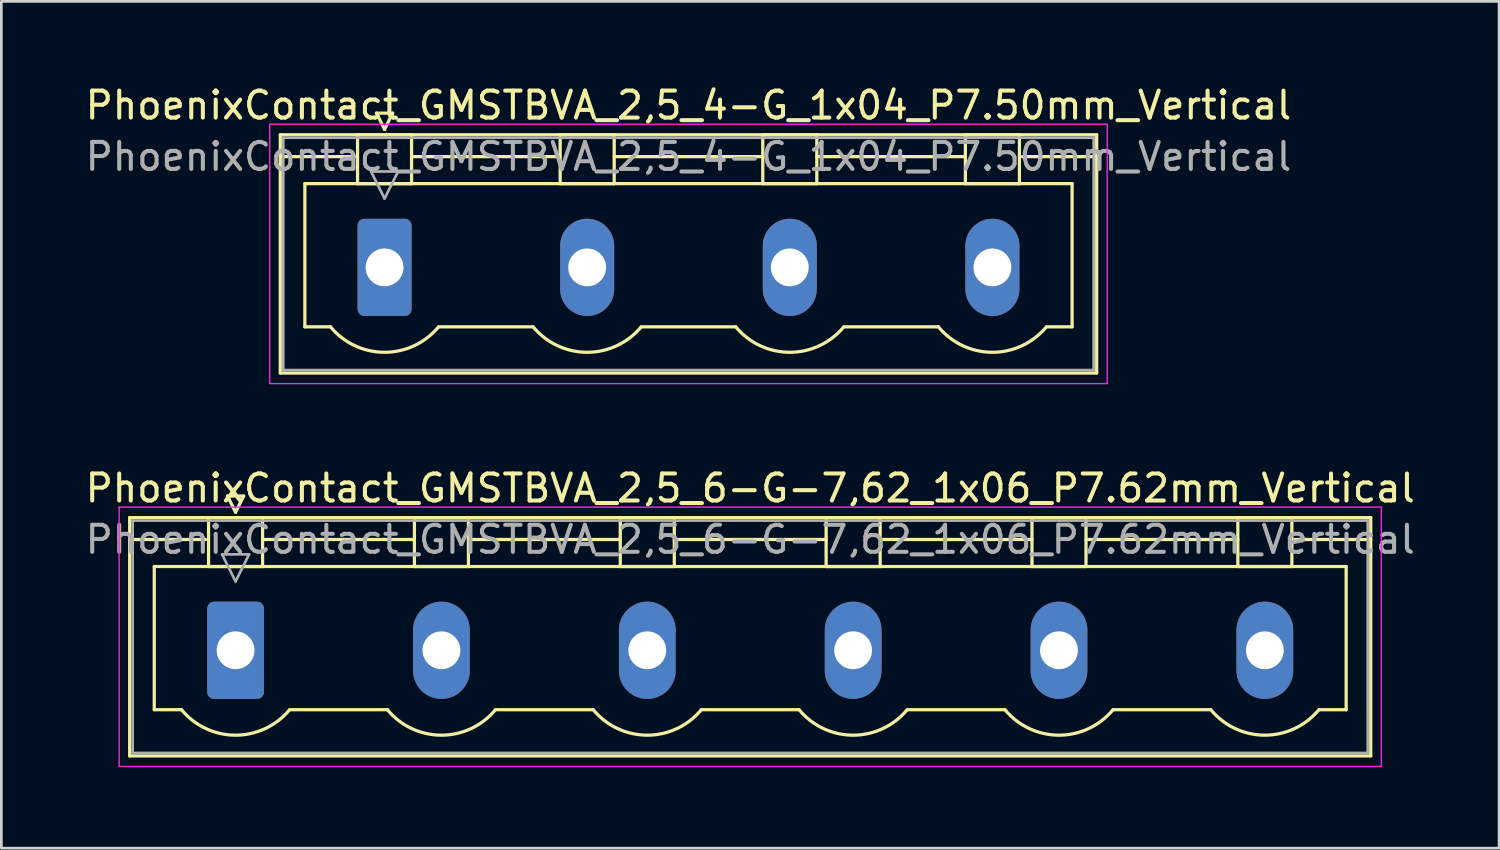
<source format=kicad_pcb>
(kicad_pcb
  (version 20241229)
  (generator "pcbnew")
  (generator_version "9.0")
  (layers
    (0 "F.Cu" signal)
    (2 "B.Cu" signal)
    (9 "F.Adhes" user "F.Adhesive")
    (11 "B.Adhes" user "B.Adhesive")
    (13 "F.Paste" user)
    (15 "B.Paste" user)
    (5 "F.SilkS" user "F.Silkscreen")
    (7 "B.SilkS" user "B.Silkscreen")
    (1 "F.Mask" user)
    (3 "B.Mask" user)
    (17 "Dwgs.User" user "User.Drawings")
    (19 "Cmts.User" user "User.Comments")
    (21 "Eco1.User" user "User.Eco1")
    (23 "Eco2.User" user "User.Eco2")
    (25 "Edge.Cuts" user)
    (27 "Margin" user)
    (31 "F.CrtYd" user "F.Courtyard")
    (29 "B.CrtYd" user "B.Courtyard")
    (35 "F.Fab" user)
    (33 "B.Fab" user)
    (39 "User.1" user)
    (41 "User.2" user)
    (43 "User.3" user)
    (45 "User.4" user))
  (footprint "PhoenixContact_GMSTBVA_2,5_4-G_1x04_P7.50mm_Vertical"
    (layer "F.Cu")
    (at 11.185 6.848)
    (property "Reference" "PhoenixContact_GMSTBVA_2,5_4-G_1x04_P7.50mm_Vertical" (at 11.25 -6 0) (layer "F.SilkS") (effects (font (size 1 1) (thickness 0.15))))
    (attr through_hole)
    (fp_line (start -3.86 -4.91) (end -3.86 3.91) (stroke (width 0.12) (type solid)) (layer "F.SilkS"))
    (fp_line (start -3.86 -4.1) (end -1.11 -4.1) (stroke (width 0.12) (type solid)) (layer "F.SilkS"))
    (fp_line (start -3.86 3.91) (end 26.36 3.91) (stroke (width 0.12) (type solid)) (layer "F.SilkS"))
    (fp_line (start -2.95 -3.1) (end 25.45 -3.1) (stroke (width 0.12) (type solid)) (layer "F.SilkS"))
    (fp_line (start -2.95 2.2) (end -2.95 -3.1) (stroke (width 0.12) (type solid)) (layer "F.SilkS"))
    (fp_line (start -2 2.2) (end -2.95 2.2) (stroke (width 0.12) (type solid)) (layer "F.SilkS"))
    (fp_line (start -1 -4.91) (end 1 -4.91) (stroke (width 0.12) (type solid)) (layer "F.SilkS"))
    (fp_line (start -1 -3.1) (end -1 -4.91) (stroke (width 0.12) (type solid)) (layer "F.SilkS"))
    (fp_line (start -0.3 -5.71) (end 0.3 -5.71) (stroke (width 0.12) (type solid)) (layer "F.SilkS"))
    (fp_line (start 0 -5.11) (end -0.3 -5.71) (stroke (width 0.12) (type solid)) (layer "F.SilkS"))
    (fp_line (start 0.3 -5.71) (end 0 -5.11) (stroke (width 0.12) (type solid)) (layer "F.SilkS"))
    (fp_line (start 1 -4.91) (end 1 -3.1) (stroke (width 0.12) (type solid)) (layer "F.SilkS"))
    (fp_line (start 1 -4.1) (end 6.5 -4.1) (stroke (width 0.12) (type solid)) (layer "F.SilkS"))
    (fp_line (start 1 -3.1) (end -1 -3.1) (stroke (width 0.12) (type solid)) (layer "F.SilkS"))
    (fp_line (start 2 2.2) (end 5.5 2.2) (stroke (width 0.12) (type solid)) (layer "F.SilkS"))
    (fp_line (start 6.5 -4.91) (end 8.5 -4.91) (stroke (width 0.12) (type solid)) (layer "F.SilkS"))
    (fp_line (start 6.5 -3.1) (end 6.5 -4.91) (stroke (width 0.12) (type solid)) (layer "F.SilkS"))
    (fp_line (start 8.5 -4.91) (end 8.5 -3.1) (stroke (width 0.12) (type solid)) (layer "F.SilkS"))
    (fp_line (start 8.5 -4.1) (end 14 -4.1) (stroke (width 0.12) (type solid)) (layer "F.SilkS"))
    (fp_line (start 8.5 -3.1) (end 6.5 -3.1) (stroke (width 0.12) (type solid)) (layer "F.SilkS"))
    (fp_line (start 9.5 2.2) (end 13 2.2) (stroke (width 0.12) (type solid)) (layer "F.SilkS"))
    (fp_line (start 14 -4.91) (end 16 -4.91) (stroke (width 0.12) (type solid)) (layer "F.SilkS"))
    (fp_line (start 14 -3.1) (end 14 -4.91) (stroke (width 0.12) (type solid)) (layer "F.SilkS"))
    (fp_line (start 16 -4.91) (end 16 -3.1) (stroke (width 0.12) (type solid)) (layer "F.SilkS"))
    (fp_line (start 16 -4.1) (end 21.5 -4.1) (stroke (width 0.12) (type solid)) (layer "F.SilkS"))
    (fp_line (start 16 -3.1) (end 14 -3.1) (stroke (width 0.12) (type solid)) (layer "F.SilkS"))
    (fp_line (start 17 2.2) (end 20.5 2.2) (stroke (width 0.12) (type solid)) (layer "F.SilkS"))
    (fp_line (start 21.5 -4.91) (end 23.5 -4.91) (stroke (width 0.12) (type solid)) (layer "F.SilkS"))
    (fp_line (start 21.5 -3.1) (end 21.5 -4.91) (stroke (width 0.12) (type solid)) (layer "F.SilkS"))
    (fp_line (start 23.5 -4.91) (end 23.5 -3.1) (stroke (width 0.12) (type solid)) (layer "F.SilkS"))
    (fp_line (start 23.5 -3.1) (end 21.5 -3.1) (stroke (width 0.12) (type solid)) (layer "F.SilkS"))
    (fp_line (start 25.45 -3.1) (end 25.45 2.2) (stroke (width 0.12) (type solid)) (layer "F.SilkS"))
    (fp_line (start 25.45 2.2) (end 24.5 2.2) (stroke (width 0.12) (type solid)) (layer "F.SilkS"))
    (fp_line (start 26.36 -4.91) (end -3.86 -4.91) (stroke (width 0.12) (type solid)) (layer "F.SilkS"))
    (fp_line (start 26.36 -4.1) (end 23.61 -4.1) (stroke (width 0.12) (type solid)) (layer "F.SilkS"))
    (fp_line (start 26.36 3.91) (end 26.36 -4.91) (stroke (width 0.12) (type solid)) (layer "F.SilkS"))
    (fp_arc (start 1.986842 2.215821) (mid -0.010289 3.142758) (end -2 2.2) (stroke (width 0.12) (type solid)) (layer "F.SilkS"))
    (fp_arc (start 9.486842 2.215821) (mid 7.489711 3.142758) (end 5.5 2.2) (stroke (width 0.12) (type solid)) (layer "F.SilkS"))
    (fp_arc (start 16.986842 2.215821) (mid 14.989711 3.142758) (end 13 2.2) (stroke (width 0.12) (type solid)) (layer "F.SilkS"))
    (fp_arc (start 24.486842 2.215821) (mid 22.489711 3.142758) (end 20.5 2.2) (stroke (width 0.12) (type solid)) (layer "F.SilkS"))
    (fp_line (start -4.25 -5.3) (end -4.25 4.3) (stroke (width 0.05) (type solid)) (layer "F.CrtYd"))
    (fp_line (start -4.25 4.3) (end 26.75 4.3) (stroke (width 0.05) (type solid)) (layer "F.CrtYd"))
    (fp_line (start 26.75 -5.3) (end -4.25 -5.3) (stroke (width 0.05) (type solid)) (layer "F.CrtYd"))
    (fp_line (start 26.75 4.3) (end 26.75 -5.3) (stroke (width 0.05) (type solid)) (layer "F.CrtYd"))
    (fp_line (start -3.75 -4.8) (end -3.75 3.8) (stroke (width 0.1) (type solid)) (layer "F.Fab"))
    (fp_line (start -3.75 3.8) (end 26.25 3.8) (stroke (width 0.1) (type solid)) (layer "F.Fab"))
    (fp_line (start -0.5 -3.55) (end 0.5 -3.55) (stroke (width 0.1) (type solid)) (layer "F.Fab"))
    (fp_line (start 0 -2.55) (end -0.5 -3.55) (stroke (width 0.1) (type solid)) (layer "F.Fab"))
    (fp_line (start 0.5 -3.55) (end 0 -2.55) (stroke (width 0.1) (type solid)) (layer "F.Fab"))
    (fp_line (start 26.25 -4.8) (end -3.75 -4.8) (stroke (width 0.1) (type solid)) (layer "F.Fab"))
    (fp_line (start 26.25 3.8) (end 26.25 -4.8) (stroke (width 0.1) (type solid)) (layer "F.Fab"))
    (fp_text user "${REFERENCE}" (at 11.25 -4.1 0) (layer "F.Fab") (effects (font (size 1 1) (thickness 0.15))))
    (pad "1" thru_hole roundrect (at 0 0) (size 2 3.6) (drill 1.4) (layers "*.Cu" "*.Mask") (roundrect_rratio 0.125))
    (pad "2" thru_hole oval (at 7.5 0) (size 2 3.6) (drill 1.4) (layers "*.Cu" "*.Mask"))
    (pad "3" thru_hole oval (at 15 0) (size 2 3.6) (drill 1.4) (layers "*.Cu" "*.Mask"))
    (pad "4" thru_hole oval (at 22.5 0) (size 2 3.6) (drill 1.4) (layers "*.Cu" "*.Mask")))
  (footprint "PhoenixContact_GMSTBVA_2,5_6-G-7,62_1x06_P7.62mm_Vertical"
    (layer "F.Cu")
    (at 5.67 21.021)
    (property "Reference" "PhoenixContact_GMSTBVA_2,5_6-G-7,62_1x06_P7.62mm_Vertical" (at 19.05 -6 0) (layer "F.SilkS") (effects (font (size 1 1) (thickness 0.15))))
    (attr through_hole)
    (fp_line (start -3.92 -4.91) (end -3.92 3.91) (stroke (width 0.12) (type solid)) (layer "F.SilkS"))
    (fp_line (start -3.92 -4.1) (end -1.11 -4.1) (stroke (width 0.12) (type solid)) (layer "F.SilkS"))
    (fp_line (start -3.92 3.91) (end 42.02 3.91) (stroke (width 0.12) (type solid)) (layer "F.SilkS"))
    (fp_line (start -3.01 -3.1) (end 41.11 -3.1) (stroke (width 0.12) (type solid)) (layer "F.SilkS"))
    (fp_line (start -3.01 2.2) (end -3.01 -3.1) (stroke (width 0.12) (type solid)) (layer "F.SilkS"))
    (fp_line (start -2 2.2) (end -3.01 2.2) (stroke (width 0.12) (type solid)) (layer "F.SilkS"))
    (fp_line (start -1 -4.91) (end 1 -4.91) (stroke (width 0.12) (type solid)) (layer "F.SilkS"))
    (fp_line (start -1 -3.1) (end -1 -4.91) (stroke (width 0.12) (type solid)) (layer "F.SilkS"))
    (fp_line (start -0.3 -5.71) (end 0.3 -5.71) (stroke (width 0.12) (type solid)) (layer "F.SilkS"))
    (fp_line (start 0 -5.11) (end -0.3 -5.71) (stroke (width 0.12) (type solid)) (layer "F.SilkS"))
    (fp_line (start 0.3 -5.71) (end 0 -5.11) (stroke (width 0.12) (type solid)) (layer "F.SilkS"))
    (fp_line (start 1 -4.91) (end 1 -3.1) (stroke (width 0.12) (type solid)) (layer "F.SilkS"))
    (fp_line (start 1 -4.1) (end 6.62 -4.1) (stroke (width 0.12) (type solid)) (layer "F.SilkS"))
    (fp_line (start 1 -3.1) (end -1 -3.1) (stroke (width 0.12) (type solid)) (layer "F.SilkS"))
    (fp_line (start 2 2.2) (end 5.62 2.2) (stroke (width 0.12) (type solid)) (layer "F.SilkS"))
    (fp_line (start 6.62 -4.91) (end 8.62 -4.91) (stroke (width 0.12) (type solid)) (layer "F.SilkS"))
    (fp_line (start 6.62 -3.1) (end 6.62 -4.91) (stroke (width 0.12) (type solid)) (layer "F.SilkS"))
    (fp_line (start 8.62 -4.91) (end 8.62 -3.1) (stroke (width 0.12) (type solid)) (layer "F.SilkS"))
    (fp_line (start 8.62 -4.1) (end 14.24 -4.1) (stroke (width 0.12) (type solid)) (layer "F.SilkS"))
    (fp_line (start 8.62 -3.1) (end 6.62 -3.1) (stroke (width 0.12) (type solid)) (layer "F.SilkS"))
    (fp_line (start 9.62 2.2) (end 13.24 2.2) (stroke (width 0.12) (type solid)) (layer "F.SilkS"))
    (fp_line (start 14.24 -4.91) (end 16.24 -4.91) (stroke (width 0.12) (type solid)) (layer "F.SilkS"))
    (fp_line (start 14.24 -3.1) (end 14.24 -4.91) (stroke (width 0.12) (type solid)) (layer "F.SilkS"))
    (fp_line (start 16.24 -4.91) (end 16.24 -3.1) (stroke (width 0.12) (type solid)) (layer "F.SilkS"))
    (fp_line (start 16.24 -4.1) (end 21.86 -4.1) (stroke (width 0.12) (type solid)) (layer "F.SilkS"))
    (fp_line (start 16.24 -3.1) (end 14.24 -3.1) (stroke (width 0.12) (type solid)) (layer "F.SilkS"))
    (fp_line (start 17.24 2.2) (end 20.86 2.2) (stroke (width 0.12) (type solid)) (layer "F.SilkS"))
    (fp_line (start 21.86 -4.91) (end 23.86 -4.91) (stroke (width 0.12) (type solid)) (layer "F.SilkS"))
    (fp_line (start 21.86 -3.1) (end 21.86 -4.91) (stroke (width 0.12) (type solid)) (layer "F.SilkS"))
    (fp_line (start 23.86 -4.91) (end 23.86 -3.1) (stroke (width 0.12) (type solid)) (layer "F.SilkS"))
    (fp_line (start 23.86 -4.1) (end 29.48 -4.1) (stroke (width 0.12) (type solid)) (layer "F.SilkS"))
    (fp_line (start 23.86 -3.1) (end 21.86 -3.1) (stroke (width 0.12) (type solid)) (layer "F.SilkS"))
    (fp_line (start 24.86 2.2) (end 28.48 2.2) (stroke (width 0.12) (type solid)) (layer "F.SilkS"))
    (fp_line (start 29.48 -4.91) (end 31.48 -4.91) (stroke (width 0.12) (type solid)) (layer "F.SilkS"))
    (fp_line (start 29.48 -3.1) (end 29.48 -4.91) (stroke (width 0.12) (type solid)) (layer "F.SilkS"))
    (fp_line (start 31.48 -4.91) (end 31.48 -3.1) (stroke (width 0.12) (type solid)) (layer "F.SilkS"))
    (fp_line (start 31.48 -4.1) (end 37.1 -4.1) (stroke (width 0.12) (type solid)) (layer "F.SilkS"))
    (fp_line (start 31.48 -3.1) (end 29.48 -3.1) (stroke (width 0.12) (type solid)) (layer "F.SilkS"))
    (fp_line (start 32.48 2.2) (end 36.1 2.2) (stroke (width 0.12) (type solid)) (layer "F.SilkS"))
    (fp_line (start 37.1 -4.91) (end 39.1 -4.91) (stroke (width 0.12) (type solid)) (layer "F.SilkS"))
    (fp_line (start 37.1 -3.1) (end 37.1 -4.91) (stroke (width 0.12) (type solid)) (layer "F.SilkS"))
    (fp_line (start 39.1 -4.91) (end 39.1 -3.1) (stroke (width 0.12) (type solid)) (layer "F.SilkS"))
    (fp_line (start 39.1 -3.1) (end 37.1 -3.1) (stroke (width 0.12) (type solid)) (layer "F.SilkS"))
    (fp_line (start 41.11 -3.1) (end 41.11 2.2) (stroke (width 0.12) (type solid)) (layer "F.SilkS"))
    (fp_line (start 41.11 2.2) (end 40.1 2.2) (stroke (width 0.12) (type solid)) (layer "F.SilkS"))
    (fp_line (start 42.02 -4.91) (end -3.92 -4.91) (stroke (width 0.12) (type solid)) (layer "F.SilkS"))
    (fp_line (start 42.02 -4.1) (end 39.21 -4.1) (stroke (width 0.12) (type solid)) (layer "F.SilkS"))
    (fp_line (start 42.02 3.91) (end 42.02 -4.91) (stroke (width 0.12) (type solid)) (layer "F.SilkS"))
    (fp_arc (start 1.986842 2.215821) (mid -0.010289 3.142758) (end -2 2.2) (stroke (width 0.12) (type solid)) (layer "F.SilkS"))
    (fp_arc (start 9.606842 2.215821) (mid 7.609711 3.142758) (end 5.62 2.2) (stroke (width 0.12) (type solid)) (layer "F.SilkS"))
    (fp_arc (start 17.226842 2.215821) (mid 15.229711 3.142758) (end 13.24 2.2) (stroke (width 0.12) (type solid)) (layer "F.SilkS"))
    (fp_arc (start 24.846842 2.215821) (mid 22.849711 3.142758) (end 20.86 2.2) (stroke (width 0.12) (type solid)) (layer "F.SilkS"))
    (fp_arc (start 32.466842 2.215821) (mid 30.469711 3.142758) (end 28.48 2.2) (stroke (width 0.12) (type solid)) (layer "F.SilkS"))
    (fp_arc (start 40.086842 2.215821) (mid 38.089711 3.142758) (end 36.1 2.2) (stroke (width 0.12) (type solid)) (layer "F.SilkS"))
    (fp_line (start -4.31 -5.3) (end -4.31 4.3) (stroke (width 0.05) (type solid)) (layer "F.CrtYd"))
    (fp_line (start -4.31 4.3) (end 42.41 4.3) (stroke (width 0.05) (type solid)) (layer "F.CrtYd"))
    (fp_line (start 42.41 -5.3) (end -4.31 -5.3) (stroke (width 0.05) (type solid)) (layer "F.CrtYd"))
    (fp_line (start 42.41 4.3) (end 42.41 -5.3) (stroke (width 0.05) (type solid)) (layer "F.CrtYd"))
    (fp_line (start -3.81 -4.8) (end -3.81 3.8) (stroke (width 0.1) (type solid)) (layer "F.Fab"))
    (fp_line (start -3.81 3.8) (end 41.91 3.8) (stroke (width 0.1) (type solid)) (layer "F.Fab"))
    (fp_line (start -0.5 -3.55) (end 0.5 -3.55) (stroke (width 0.1) (type solid)) (layer "F.Fab"))
    (fp_line (start 0 -2.55) (end -0.5 -3.55) (stroke (width 0.1) (type solid)) (layer "F.Fab"))
    (fp_line (start 0.5 -3.55) (end 0 -2.55) (stroke (width 0.1) (type solid)) (layer "F.Fab"))
    (fp_line (start 41.91 -4.8) (end -3.81 -4.8) (stroke (width 0.1) (type solid)) (layer "F.Fab"))
    (fp_line (start 41.91 3.8) (end 41.91 -4.8) (stroke (width 0.1) (type solid)) (layer "F.Fab"))
    (fp_text user "${REFERENCE}" (at 19.05 -4.1 0) (layer "F.Fab") (effects (font (size 1 1) (thickness 0.15))))
    (pad "1" thru_hole roundrect (at 0 0) (size 2.1 3.6) (drill 1.4) (layers "*.Cu" "*.Mask") (roundrect_rratio 0.119))
    (pad "2" thru_hole oval (at 7.62 0) (size 2.1 3.6) (drill 1.4) (layers "*.Cu" "*.Mask"))
    (pad "3" thru_hole oval (at 15.24 0) (size 2.1 3.6) (drill 1.4) (layers "*.Cu" "*.Mask"))
    (pad "4" thru_hole oval (at 22.86 0) (size 2.1 3.6) (drill 1.4) (layers "*.Cu" "*.Mask"))
    (pad "5" thru_hole oval (at 30.48 0) (size 2.1 3.6) (drill 1.4) (layers "*.Cu" "*.Mask"))
    (pad "6" thru_hole oval (at 38.1 0) (size 2.1 3.6) (drill 1.4) (layers "*.Cu" "*.Mask")))
  (gr_rect
    (start -3 -3)
    (end 52.44 28.346)
    (stroke (width 0.1) (type default))
    (fill no)
    (layer "Edge.Cuts")))
</source>
